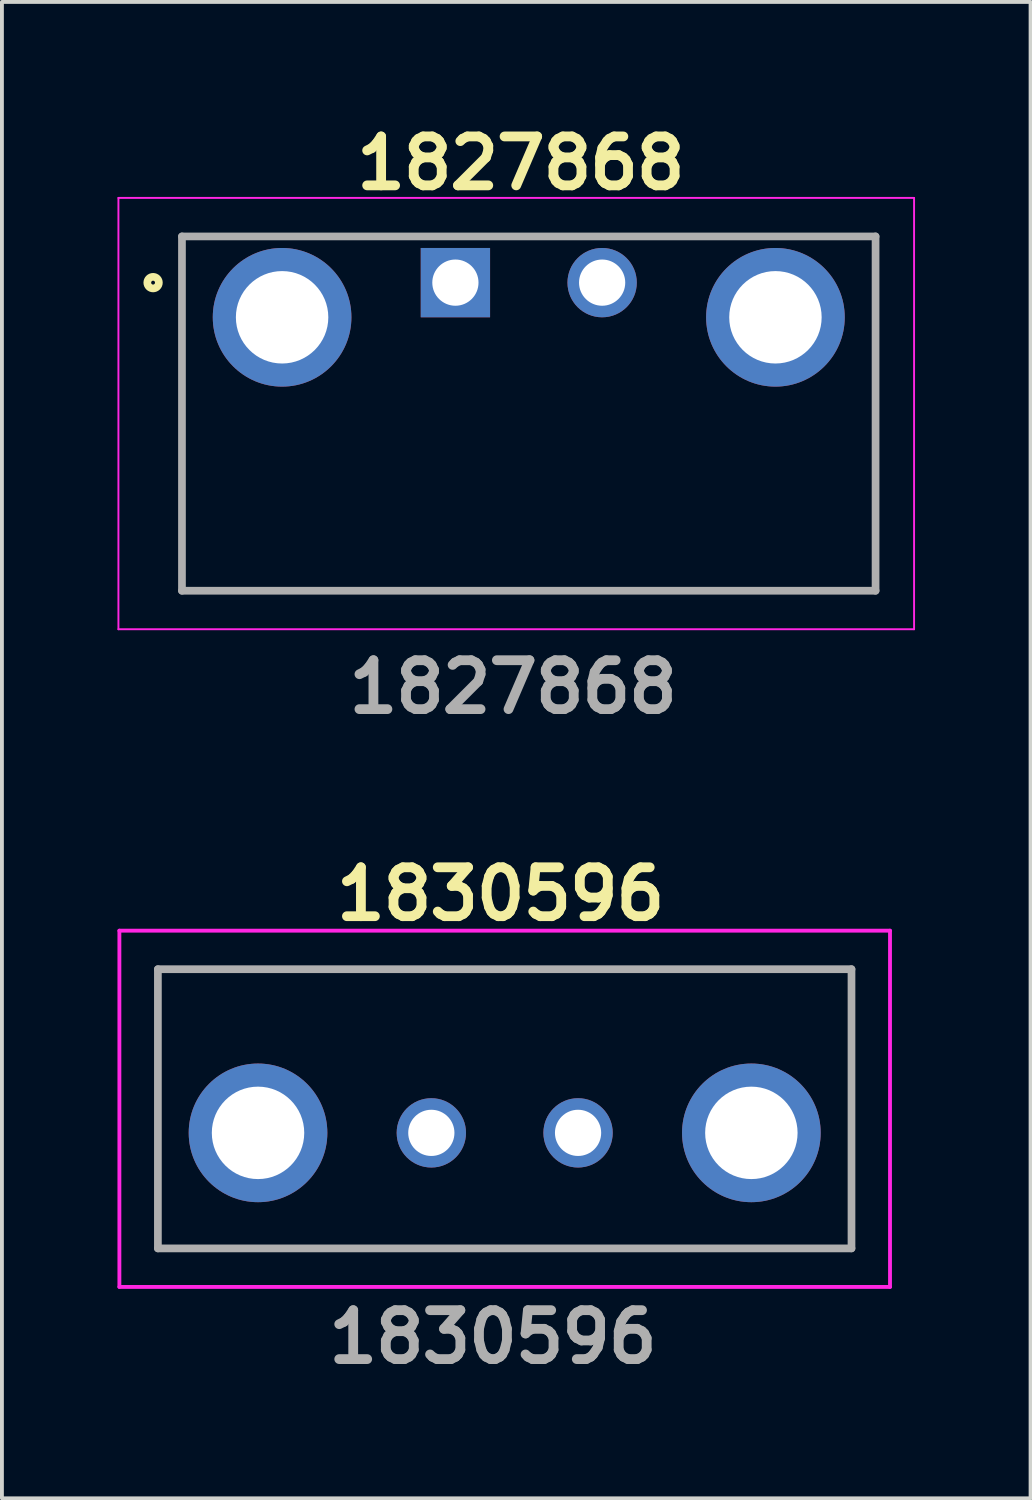
<source format=kicad_pcb>
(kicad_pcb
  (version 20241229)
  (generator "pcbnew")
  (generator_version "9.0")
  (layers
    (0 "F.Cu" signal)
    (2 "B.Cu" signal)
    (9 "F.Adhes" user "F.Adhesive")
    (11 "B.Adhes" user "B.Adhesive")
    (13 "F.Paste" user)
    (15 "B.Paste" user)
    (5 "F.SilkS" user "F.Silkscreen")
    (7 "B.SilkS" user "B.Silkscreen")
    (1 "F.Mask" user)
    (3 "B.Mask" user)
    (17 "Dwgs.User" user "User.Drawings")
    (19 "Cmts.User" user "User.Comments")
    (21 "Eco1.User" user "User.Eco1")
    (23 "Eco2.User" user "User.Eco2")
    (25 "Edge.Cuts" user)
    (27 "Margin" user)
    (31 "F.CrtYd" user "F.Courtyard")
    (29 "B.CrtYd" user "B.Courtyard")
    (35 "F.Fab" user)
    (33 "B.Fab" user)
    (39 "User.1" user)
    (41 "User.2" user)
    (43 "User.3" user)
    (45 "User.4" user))
  (footprint "1830596"
    (layer "F.Cu")
    (at 9.96 25.666)
    (property "Reference" "1830596" (at -0.01 -5.5 0) (layer "F.SilkS") (effects (font (size 1.27 1.27) (thickness 0.254))))
    (attr through_hole)
    (fp_line (start -8.91 -3.55) (end 9.1 -3.55) (stroke (width 0.1) (type solid)) (layer "F.SilkS"))
    (fp_line (start -8.91 3.7) (end -8.91 -3.55) (stroke (width 0.1) (type solid)) (layer "F.SilkS"))
    (fp_line (start 9.1 -3.55) (end 9.1 3.7) (stroke (width 0.1) (type solid)) (layer "F.SilkS"))
    (fp_line (start 9.1 3.7) (end -8.91 3.7) (stroke (width 0.1) (type solid)) (layer "F.SilkS"))
    (fp_line (start -9.91 -4.55) (end 10.1 -4.55) (stroke (width 0.1) (type solid)) (layer "F.CrtYd"))
    (fp_line (start -9.91 4.7) (end -9.91 -4.55) (stroke (width 0.1) (type solid)) (layer "F.CrtYd"))
    (fp_line (start 10.1 -4.55) (end 10.1 4.7) (stroke (width 0.1) (type solid)) (layer "F.CrtYd"))
    (fp_line (start 10.1 4.7) (end -9.91 4.7) (stroke (width 0.1) (type solid)) (layer "F.CrtYd"))
    (fp_line (start -8.91 -3.55) (end 9.1 -3.55) (stroke (width 0.2) (type solid)) (layer "F.Fab"))
    (fp_line (start -8.91 3.7) (end -8.91 -3.55) (stroke (width 0.2) (type solid)) (layer "F.Fab"))
    (fp_line (start 9.1 -3.55) (end 9.1 3.7) (stroke (width 0.2) (type solid)) (layer "F.Fab"))
    (fp_line (start 9.1 3.7) (end -8.91 3.7) (stroke (width 0.2) (type solid)) (layer "F.Fab"))
    (fp_text user "${REFERENCE}" (at -0.21 6 0) (layer "F.Fab") (effects (font (size 1.27 1.27) (thickness 0.254))))
    (pad "1" thru_hole circle (at -1.81 0.7) (size 1.8 1.8) (drill 1.2) (layers "*.Cu" "*.Mask"))
    (pad "2" thru_hole circle (at 2 0.7) (size 1.8 1.8) (drill 1.2) (layers "*.Cu" "*.Mask"))
    (pad "MH1" thru_hole circle (at -6.31 0.7) (size 3.6 3.6) (drill 2.4) (layers "*.Cu" "*.Mask"))
    (pad "MH2" thru_hole circle (at 6.5 0.7) (size 3.6 3.6) (drill 2.4) (layers "*.Cu" "*.Mask")))
  (footprint "1827868"
    (layer "F.Cu")
    (at 10.385 7.889)
    (property "Reference" "1827868" (at 0.09 -6.7 0) (layer "F.SilkS") (effects (font (size 1.27 1.27) (thickness 0.254))))
    (attr through_hole)
    (fp_line (start -8.71 -4.8) (end 9.3 -4.8) (stroke (width 0.1) (type solid)) (layer "F.SilkS"))
    (fp_line (start -8.71 4.4) (end -8.71 -4.8) (stroke (width 0.1) (type solid)) (layer "F.SilkS"))
    (fp_line (start 9.3 -4.8) (end 9.3 4.4) (stroke (width 0.1) (type solid)) (layer "F.SilkS"))
    (fp_line (start 9.3 4.4) (end -8.71 4.4) (stroke (width 0.1) (type solid)) (layer "F.SilkS"))
    (fp_circle (center -9.46 -3.6) (end -9.46 -3.55) (stroke (width 0.2) (type solid)) (fill no) (layer "F.SilkS"))
    (fp_line (start -10.36 -5.8) (end 10.3 -5.8) (stroke (width 0.05) (type solid)) (layer "F.CrtYd"))
    (fp_line (start -10.36 5.4) (end -10.36 -5.8) (stroke (width 0.05) (type solid)) (layer "F.CrtYd"))
    (fp_line (start 10.3 -5.8) (end 10.3 5.4) (stroke (width 0.05) (type solid)) (layer "F.CrtYd"))
    (fp_line (start 10.3 5.4) (end -10.36 5.4) (stroke (width 0.05) (type solid)) (layer "F.CrtYd"))
    (fp_line (start -8.71 -4.8) (end 9.3 -4.8) (stroke (width 0.2) (type solid)) (layer "F.Fab"))
    (fp_line (start -8.71 4.4) (end -8.71 -4.8) (stroke (width 0.2) (type solid)) (layer "F.Fab"))
    (fp_line (start 9.3 -4.8) (end 9.3 4.4) (stroke (width 0.2) (type solid)) (layer "F.Fab"))
    (fp_line (start 9.3 4.4) (end -8.71 4.4) (stroke (width 0.2) (type solid)) (layer "F.Fab"))
    (fp_text user "${REFERENCE}" (at -0.11 6.9 0) (layer "F.Fab") (effects (font (size 1.27 1.27) (thickness 0.254))))
    (pad "1" thru_hole rect (at -1.61 -3.6) (size 1.8 1.8) (drill 1.2) (layers "*.Cu" "*.Mask"))
    (pad "2" thru_hole circle (at 2.2 -3.6) (size 1.8 1.8) (drill 1.2) (layers "*.Cu" "*.Mask"))
    (pad "3" thru_hole circle (at -6.11 -2.7) (size 3.6 3.6) (drill 2.4) (layers "*.Cu" "*.Mask"))
    (pad "4" thru_hole circle (at 6.7 -2.7) (size 3.6 3.6) (drill 2.4) (layers "*.Cu" "*.Mask")))
  (gr_rect
    (start -3 -3)
    (end 23.71 35.855)
    (stroke (width 0.1) (type default))
    (fill no)
    (layer "Edge.Cuts")))
</source>
